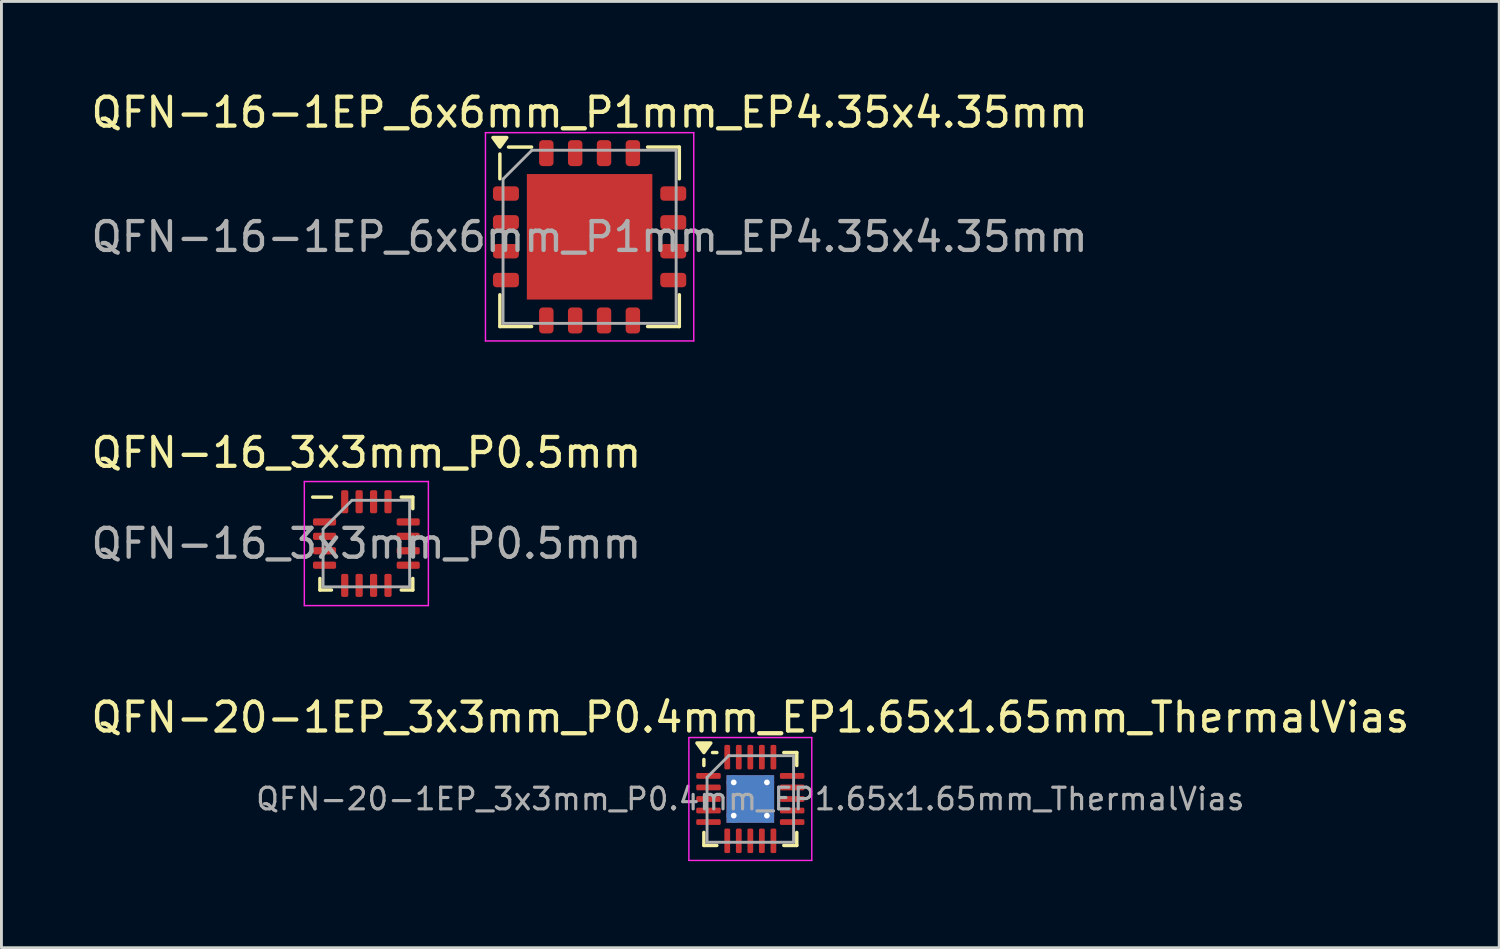
<source format=kicad_pcb>
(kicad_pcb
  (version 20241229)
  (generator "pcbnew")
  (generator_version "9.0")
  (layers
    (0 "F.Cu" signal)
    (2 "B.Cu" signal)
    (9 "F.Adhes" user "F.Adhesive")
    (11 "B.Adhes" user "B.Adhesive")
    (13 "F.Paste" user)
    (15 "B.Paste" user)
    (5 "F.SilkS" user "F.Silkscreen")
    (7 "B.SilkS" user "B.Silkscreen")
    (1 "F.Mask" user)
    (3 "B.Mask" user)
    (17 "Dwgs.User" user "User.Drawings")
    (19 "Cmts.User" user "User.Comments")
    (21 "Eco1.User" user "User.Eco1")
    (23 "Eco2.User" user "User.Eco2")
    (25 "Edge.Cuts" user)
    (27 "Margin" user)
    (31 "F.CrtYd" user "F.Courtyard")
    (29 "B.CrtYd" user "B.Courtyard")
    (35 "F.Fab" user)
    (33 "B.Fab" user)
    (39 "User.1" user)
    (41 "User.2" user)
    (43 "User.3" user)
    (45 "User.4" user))
  (footprint "QFN-20-1EP_3x3mm_P0.4mm_EP1.65x1.65mm_ThermalVias"
    (layer "F.Cu")
    (at 22.958 24.645)
    (property "Reference" "QFN-20-1EP_3x3mm_P0.4mm_EP1.65x1.65mm_ThermalVias" (at 0 -2.83 0) (layer "F.SilkS") (effects (font (size 1 1) (thickness 0.15))))
    (attr smd)
    (fp_line (start -1.61 -1.16) (end -1.61 -1.37) (stroke (width 0.12) (type solid)) (layer "F.SilkS"))
    (fp_line (start -1.61 1.61) (end -1.61 1.16) (stroke (width 0.12) (type solid)) (layer "F.SilkS"))
    (fp_line (start -1.16 -1.61) (end -1.31 -1.61) (stroke (width 0.12) (type solid)) (layer "F.SilkS"))
    (fp_line (start -1.16 1.61) (end -1.61 1.61) (stroke (width 0.12) (type solid)) (layer "F.SilkS"))
    (fp_line (start 1.16 -1.61) (end 1.61 -1.61) (stroke (width 0.12) (type solid)) (layer "F.SilkS"))
    (fp_line (start 1.16 1.61) (end 1.61 1.61) (stroke (width 0.12) (type solid)) (layer "F.SilkS"))
    (fp_line (start 1.61 -1.61) (end 1.61 -1.16) (stroke (width 0.12) (type solid)) (layer "F.SilkS"))
    (fp_line (start 1.61 1.61) (end 1.61 1.16) (stroke (width 0.12) (type solid)) (layer "F.SilkS"))
    (fp_poly (pts (xy -1.61 -1.61) (xy -1.85 -1.94) (xy -1.37 -1.94) (xy -1.61 -1.61)) (stroke (width 0.12) (type solid)) (fill yes) (layer "F.SilkS"))
    (fp_line (start -2.13 -2.13) (end -2.13 2.13) (stroke (width 0.05) (type solid)) (layer "F.CrtYd"))
    (fp_line (start -2.13 2.13) (end 2.13 2.13) (stroke (width 0.05) (type solid)) (layer "F.CrtYd"))
    (fp_line (start 2.13 -2.13) (end -2.13 -2.13) (stroke (width 0.05) (type solid)) (layer "F.CrtYd"))
    (fp_line (start 2.13 2.13) (end 2.13 -2.13) (stroke (width 0.05) (type solid)) (layer "F.CrtYd"))
    (fp_line (start -1.5 -0.75) (end -0.75 -1.5) (stroke (width 0.1) (type solid)) (layer "F.Fab"))
    (fp_line (start -1.5 1.5) (end -1.5 -0.75) (stroke (width 0.1) (type solid)) (layer "F.Fab"))
    (fp_line (start -0.75 -1.5) (end 1.5 -1.5) (stroke (width 0.1) (type solid)) (layer "F.Fab"))
    (fp_line (start 1.5 -1.5) (end 1.5 1.5) (stroke (width 0.1) (type solid)) (layer "F.Fab"))
    (fp_line (start 1.5 1.5) (end -1.5 1.5) (stroke (width 0.1) (type solid)) (layer "F.Fab"))
    (fp_text user "${REFERENCE}" (at 0 0 0) (layer "F.Fab") (effects (font (size 0.75 0.75) (thickness 0.11))))
    (pad "" smd roundrect (at -0.41 -0.41) (size 0.69 0.69) (layers "F.Paste") (roundrect_rratio 0.25))
    (pad "" smd roundrect (at -0.41 0.41) (size 0.69 0.69) (layers "F.Paste") (roundrect_rratio 0.25))
    (pad "" smd roundrect (at 0.41 -0.41) (size 0.69 0.69) (layers "F.Paste") (roundrect_rratio 0.25))
    (pad "" smd roundrect (at 0.41 0.41) (size 0.69 0.69) (layers "F.Paste") (roundrect_rratio 0.25))
    (pad "1" smd roundrect (at -1.45 -0.8) (size 0.85 0.2) (layers "F.Cu" "F.Mask" "F.Paste") (roundrect_rratio 0.25))
    (pad "2" smd roundrect (at -1.45 -0.4) (size 0.85 0.2) (layers "F.Cu" "F.Mask" "F.Paste") (roundrect_rratio 0.25))
    (pad "3" smd roundrect (at -1.45 0) (size 0.85 0.2) (layers "F.Cu" "F.Mask" "F.Paste") (roundrect_rratio 0.25))
    (pad "4" smd roundrect (at -1.45 0.4) (size 0.85 0.2) (layers "F.Cu" "F.Mask" "F.Paste") (roundrect_rratio 0.25))
    (pad "5" smd roundrect (at -1.45 0.8) (size 0.85 0.2) (layers "F.Cu" "F.Mask" "F.Paste") (roundrect_rratio 0.25))
    (pad "6" smd roundrect (at -0.8 1.45) (size 0.2 0.85) (layers "F.Cu" "F.Mask" "F.Paste") (roundrect_rratio 0.25))
    (pad "7" smd roundrect (at -0.4 1.45) (size 0.2 0.85) (layers "F.Cu" "F.Mask" "F.Paste") (roundrect_rratio 0.25))
    (pad "8" smd roundrect (at 0 1.45) (size 0.2 0.85) (layers "F.Cu" "F.Mask" "F.Paste") (roundrect_rratio 0.25))
    (pad "9" smd roundrect (at 0.4 1.45) (size 0.2 0.85) (layers "F.Cu" "F.Mask" "F.Paste") (roundrect_rratio 0.25))
    (pad "10" smd roundrect (at 0.8 1.45) (size 0.2 0.85) (layers "F.Cu" "F.Mask" "F.Paste") (roundrect_rratio 0.25))
    (pad "11" smd roundrect (at 1.45 0.8) (size 0.85 0.2) (layers "F.Cu" "F.Mask" "F.Paste") (roundrect_rratio 0.25))
    (pad "12" smd roundrect (at 1.45 0.4) (size 0.85 0.2) (layers "F.Cu" "F.Mask" "F.Paste") (roundrect_rratio 0.25))
    (pad "13" smd roundrect (at 1.45 0) (size 0.85 0.2) (layers "F.Cu" "F.Mask" "F.Paste") (roundrect_rratio 0.25))
    (pad "14" smd roundrect (at 1.45 -0.4) (size 0.85 0.2) (layers "F.Cu" "F.Mask" "F.Paste") (roundrect_rratio 0.25))
    (pad "15" smd roundrect (at 1.45 -0.8) (size 0.85 0.2) (layers "F.Cu" "F.Mask" "F.Paste") (roundrect_rratio 0.25))
    (pad "16" smd roundrect (at 0.8 -1.45) (size 0.2 0.85) (layers "F.Cu" "F.Mask" "F.Paste") (roundrect_rratio 0.25))
    (pad "17" smd roundrect (at 0.4 -1.45) (size 0.2 0.85) (layers "F.Cu" "F.Mask" "F.Paste") (roundrect_rratio 0.25))
    (pad "18" smd roundrect (at 0 -1.45) (size 0.2 0.85) (layers "F.Cu" "F.Mask" "F.Paste") (roundrect_rratio 0.25))
    (pad "19" smd roundrect (at -0.4 -1.45) (size 0.2 0.85) (layers "F.Cu" "F.Mask" "F.Paste") (roundrect_rratio 0.25))
    (pad "20" smd roundrect (at -0.8 -1.45) (size 0.2 0.85) (layers "F.Cu" "F.Mask" "F.Paste") (roundrect_rratio 0.25))
    (pad "21" thru_hole circle (at -0.575 -0.575) (size 0.5 0.5) (drill 0.2) (property pad_prop_heatsink) (layers "*.Cu"))
    (pad "21" thru_hole circle (at -0.575 0.575) (size 0.5 0.5) (drill 0.2) (property pad_prop_heatsink) (layers "*.Cu"))
    (pad "21" smd rect (at 0 0) (size 1.65 1.65) (property pad_prop_heatsink) (layers "F.Cu" "F.Mask"))
    (pad "21" smd rect (at 0 0) (size 1.65 1.65) (property pad_prop_heatsink) (layers "B.Cu"))
    (pad "21" thru_hole circle (at 0.575 -0.575) (size 0.5 0.5) (drill 0.2) (property pad_prop_heatsink) (layers "*.Cu"))
    (pad "21" thru_hole circle (at 0.575 0.575) (size 0.5 0.5) (drill 0.2) (property pad_prop_heatsink) (layers "*.Cu")))
  (footprint "QFN-16_3x3mm_P0.5mm"
    (layer "F.Cu")
    (at 9.649 15.791)
    (property "Reference" "QFN-16_3x3mm_P0.5mm" (at 0 -3.15 0) (layer "F.SilkS") (effects (font (size 1 1) (thickness 0.15))))
    (attr smd)
    (fp_line (start -1.61 1.61) (end -1.61 1.21) (stroke (width 0.12) (type default)) (layer "F.SilkS"))
    (fp_line (start -1.21 -1.61) (end -1.86 -1.61) (stroke (width 0.12) (type default)) (layer "F.SilkS"))
    (fp_line (start -1.21 1.61) (end -1.61 1.61) (stroke (width 0.12) (type default)) (layer "F.SilkS"))
    (fp_line (start 1.21 -1.61) (end 1.61 -1.61) (stroke (width 0.12) (type default)) (layer "F.SilkS"))
    (fp_line (start 1.21 1.61) (end 1.61 1.61) (stroke (width 0.12) (type default)) (layer "F.SilkS"))
    (fp_line (start 1.61 -1.61) (end 1.61 -1.21) (stroke (width 0.12) (type default)) (layer "F.SilkS"))
    (fp_line (start 1.61 1.61) (end 1.61 1.21) (stroke (width 0.12) (type default)) (layer "F.SilkS"))
    (fp_line (start -2.15 -2.15) (end 2.15 -2.15) (stroke (width 0.05) (type default)) (layer "F.CrtYd"))
    (fp_line (start -2.15 2.15) (end -2.15 -2.15) (stroke (width 0.05) (type default)) (layer "F.CrtYd"))
    (fp_line (start 2.15 -2.15) (end 2.15 2.15) (stroke (width 0.05) (type default)) (layer "F.CrtYd"))
    (fp_line (start 2.15 2.15) (end -2.15 2.15) (stroke (width 0.05) (type default)) (layer "F.CrtYd"))
    (fp_line (start -1.5 -0.5) (end -1.5 1.5) (stroke (width 0.1) (type default)) (layer "F.Fab"))
    (fp_line (start -1.5 1.5) (end 1.5 1.5) (stroke (width 0.1) (type default)) (layer "F.Fab"))
    (fp_line (start -0.5 -1.5) (end -1.5 -0.5) (stroke (width 0.1) (type default)) (layer "F.Fab"))
    (fp_line (start 1.5 -1.5) (end -0.5 -1.5) (stroke (width 0.1) (type default)) (layer "F.Fab"))
    (fp_line (start 1.5 1.5) (end 1.5 -1.5) (stroke (width 0.1) (type default)) (layer "F.Fab"))
    (fp_text user "${REFERENCE}" (at 0 0 0) (unlocked yes) (layer "F.Fab") (effects (font (size 1 1) (thickness 0.15))))
    (pad "1" smd roundrect (at -1.45 -0.75 90) (size 0.25 0.8) (layers "F.Cu" "F.Mask" "F.Paste") (roundrect_rratio 0.25))
    (pad "2" smd roundrect (at -1.45 -0.25 90) (size 0.25 0.8) (layers "F.Cu" "F.Mask" "F.Paste") (roundrect_rratio 0.25))
    (pad "3" smd roundrect (at -1.45 0.25 90) (size 0.25 0.8) (layers "F.Cu" "F.Mask" "F.Paste") (roundrect_rratio 0.25))
    (pad "4" smd roundrect (at -1.45 0.75 90) (size 0.25 0.8) (layers "F.Cu" "F.Mask" "F.Paste") (roundrect_rratio 0.25))
    (pad "5" smd roundrect (at -0.75 1.45) (size 0.25 0.8) (layers "F.Cu" "F.Mask" "F.Paste") (roundrect_rratio 0.25))
    (pad "6" smd roundrect (at -0.25 1.45) (size 0.25 0.8) (layers "F.Cu" "F.Mask" "F.Paste") (roundrect_rratio 0.25))
    (pad "7" smd roundrect (at 0.25 1.45) (size 0.25 0.8) (layers "F.Cu" "F.Mask" "F.Paste") (roundrect_rratio 0.25))
    (pad "8" smd roundrect (at 0.75 1.45) (size 0.25 0.8) (layers "F.Cu" "F.Mask" "F.Paste") (roundrect_rratio 0.25))
    (pad "9" smd roundrect (at 1.45 0.75 90) (size 0.25 0.8) (layers "F.Cu" "F.Mask" "F.Paste") (roundrect_rratio 0.25))
    (pad "10" smd roundrect (at 1.45 0.25 90) (size 0.25 0.8) (layers "F.Cu" "F.Mask" "F.Paste") (roundrect_rratio 0.25))
    (pad "11" smd roundrect (at 1.45 -0.25 90) (size 0.25 0.8) (layers "F.Cu" "F.Mask" "F.Paste") (roundrect_rratio 0.25))
    (pad "12" smd roundrect (at 1.45 -0.75 90) (size 0.25 0.8) (layers "F.Cu" "F.Mask" "F.Paste") (roundrect_rratio 0.25))
    (pad "13" smd roundrect (at 0.75 -1.45) (size 0.25 0.8) (layers "F.Cu" "F.Mask" "F.Paste") (roundrect_rratio 0.25))
    (pad "14" smd roundrect (at 0.25 -1.45) (size 0.25 0.8) (layers "F.Cu" "F.Mask" "F.Paste") (roundrect_rratio 0.25))
    (pad "15" smd roundrect (at -0.25 -1.45) (size 0.25 0.8) (layers "F.Cu" "F.Mask" "F.Paste") (roundrect_rratio 0.25))
    (pad "16" smd roundrect (at -0.75 -1.45) (size 0.25 0.8) (layers "F.Cu" "F.Mask" "F.Paste") (roundrect_rratio 0.25)))
  (footprint "QFN-16-1EP_6x6mm_P1mm_EP4.35x4.35mm"
    (layer "F.Cu")
    (at 17.387 5.158)
    (property "Reference" "QFN-16-1EP_6x6mm_P1mm_EP4.35x4.35mm" (at 0 -4.31 0) (layer "F.SilkS") (effects (font (size 1 1) (thickness 0.15))))
    (attr smd)
    (fp_line (start -3.11 -2.01) (end -3.11 -2.87) (stroke (width 0.12) (type solid)) (layer "F.SilkS"))
    (fp_line (start -3.11 3.11) (end -3.11 2.01) (stroke (width 0.12) (type solid)) (layer "F.SilkS"))
    (fp_line (start -2.01 -3.11) (end -2.81 -3.11) (stroke (width 0.12) (type solid)) (layer "F.SilkS"))
    (fp_line (start -2.01 3.11) (end -3.11 3.11) (stroke (width 0.12) (type solid)) (layer "F.SilkS"))
    (fp_line (start 2.01 -3.11) (end 3.11 -3.11) (stroke (width 0.12) (type solid)) (layer "F.SilkS"))
    (fp_line (start 2.01 3.11) (end 3.11 3.11) (stroke (width 0.12) (type solid)) (layer "F.SilkS"))
    (fp_line (start 3.11 -3.11) (end 3.11 -2.01) (stroke (width 0.12) (type solid)) (layer "F.SilkS"))
    (fp_line (start 3.11 3.11) (end 3.11 2.01) (stroke (width 0.12) (type solid)) (layer "F.SilkS"))
    (fp_poly (pts (xy -3.11 -3.11) (xy -3.35 -3.44) (xy -2.87 -3.44) (xy -3.11 -3.11)) (stroke (width 0.12) (type solid)) (fill yes) (layer "F.SilkS"))
    (fp_line (start -3.61 -3.61) (end -3.61 3.61) (stroke (width 0.05) (type solid)) (layer "F.CrtYd"))
    (fp_line (start -3.61 3.61) (end 3.61 3.61) (stroke (width 0.05) (type solid)) (layer "F.CrtYd"))
    (fp_line (start 3.61 -3.61) (end -3.61 -3.61) (stroke (width 0.05) (type solid)) (layer "F.CrtYd"))
    (fp_line (start 3.61 3.61) (end 3.61 -3.61) (stroke (width 0.05) (type solid)) (layer "F.CrtYd"))
    (fp_line (start -3 -2) (end -2 -3) (stroke (width 0.1) (type solid)) (layer "F.Fab"))
    (fp_line (start -3 3) (end -3 -2) (stroke (width 0.1) (type solid)) (layer "F.Fab"))
    (fp_line (start -2 -3) (end 3 -3) (stroke (width 0.1) (type solid)) (layer "F.Fab"))
    (fp_line (start 3 -3) (end 3 3) (stroke (width 0.1) (type solid)) (layer "F.Fab"))
    (fp_line (start 3 3) (end -3 3) (stroke (width 0.1) (type solid)) (layer "F.Fab"))
    (fp_text user "${REFERENCE}" (at 0 0 0) (layer "F.Fab") (effects (font (size 1 1) (thickness 0.15))))
    (pad "" smd roundrect (at -1.085 -1.085) (size 1.75 1.75) (layers "F.Paste") (roundrect_rratio 0.143))
    (pad "" smd roundrect (at -1.085 1.085) (size 1.75 1.75) (layers "F.Paste") (roundrect_rratio 0.143))
    (pad "" smd roundrect (at 1.085 -1.085) (size 1.75 1.75) (layers "F.Paste") (roundrect_rratio 0.143))
    (pad "" smd roundrect (at 1.085 1.085) (size 1.75 1.75) (layers "F.Paste") (roundrect_rratio 0.143))
    (pad "1" smd roundrect (at -2.9 -1.5) (size 0.9 0.5) (layers "F.Cu" "F.Mask" "F.Paste") (roundrect_rratio 0.25))
    (pad "2" smd roundrect (at -2.9 -0.5) (size 0.9 0.5) (layers "F.Cu" "F.Mask" "F.Paste") (roundrect_rratio 0.25))
    (pad "3" smd roundrect (at -2.9 0.5) (size 0.9 0.5) (layers "F.Cu" "F.Mask" "F.Paste") (roundrect_rratio 0.25))
    (pad "4" smd roundrect (at -2.9 1.5) (size 0.9 0.5) (layers "F.Cu" "F.Mask" "F.Paste") (roundrect_rratio 0.25))
    (pad "5" smd roundrect (at -1.5 2.9) (size 0.5 0.9) (layers "F.Cu" "F.Mask" "F.Paste") (roundrect_rratio 0.25))
    (pad "6" smd roundrect (at -0.5 2.9) (size 0.5 0.9) (layers "F.Cu" "F.Mask" "F.Paste") (roundrect_rratio 0.25))
    (pad "7" smd roundrect (at 0.5 2.9) (size 0.5 0.9) (layers "F.Cu" "F.Mask" "F.Paste") (roundrect_rratio 0.25))
    (pad "8" smd roundrect (at 1.5 2.9) (size 0.5 0.9) (layers "F.Cu" "F.Mask" "F.Paste") (roundrect_rratio 0.25))
    (pad "9" smd roundrect (at 2.9 1.5) (size 0.9 0.5) (layers "F.Cu" "F.Mask" "F.Paste") (roundrect_rratio 0.25))
    (pad "10" smd roundrect (at 2.9 0.5) (size 0.9 0.5) (layers "F.Cu" "F.Mask" "F.Paste") (roundrect_rratio 0.25))
    (pad "11" smd roundrect (at 2.9 -0.5) (size 0.9 0.5) (layers "F.Cu" "F.Mask" "F.Paste") (roundrect_rratio 0.25))
    (pad "12" smd roundrect (at 2.9 -1.5) (size 0.9 0.5) (layers "F.Cu" "F.Mask" "F.Paste") (roundrect_rratio 0.25))
    (pad "13" smd roundrect (at 1.5 -2.9) (size 0.5 0.9) (layers "F.Cu" "F.Mask" "F.Paste") (roundrect_rratio 0.25))
    (pad "14" smd roundrect (at 0.5 -2.9) (size 0.5 0.9) (layers "F.Cu" "F.Mask" "F.Paste") (roundrect_rratio 0.25))
    (pad "15" smd roundrect (at -0.5 -2.9) (size 0.5 0.9) (layers "F.Cu" "F.Mask" "F.Paste") (roundrect_rratio 0.25))
    (pad "16" smd roundrect (at -1.5 -2.9) (size 0.5 0.9) (layers "F.Cu" "F.Mask" "F.Paste") (roundrect_rratio 0.25))
    (pad "17" smd rect (at 0 0) (size 4.35 4.35) (property pad_prop_heatsink) (layers "F.Cu" "F.Mask")))
  (gr_rect
    (start -3 -3)
    (end 48.917 29.8)
    (stroke (width 0.1) (type default))
    (fill no)
    (layer "Edge.Cuts")))
</source>
